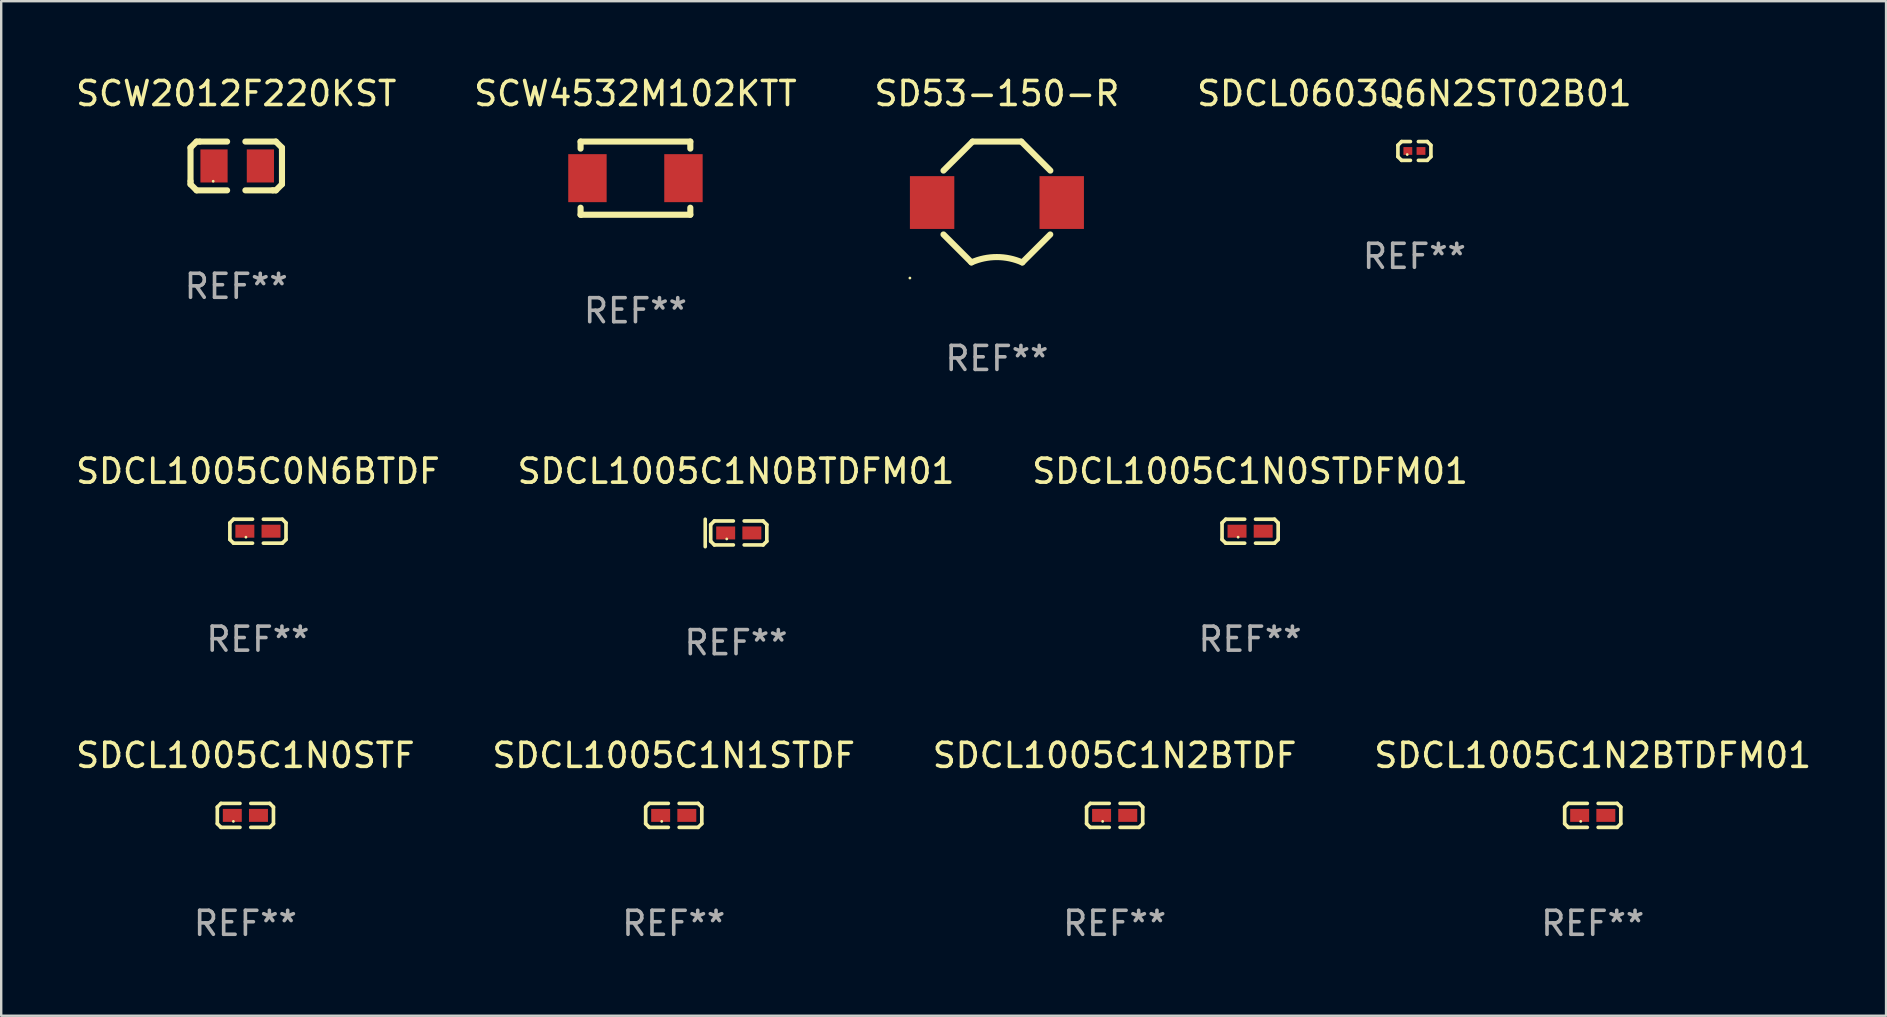
<source format=kicad_pcb>
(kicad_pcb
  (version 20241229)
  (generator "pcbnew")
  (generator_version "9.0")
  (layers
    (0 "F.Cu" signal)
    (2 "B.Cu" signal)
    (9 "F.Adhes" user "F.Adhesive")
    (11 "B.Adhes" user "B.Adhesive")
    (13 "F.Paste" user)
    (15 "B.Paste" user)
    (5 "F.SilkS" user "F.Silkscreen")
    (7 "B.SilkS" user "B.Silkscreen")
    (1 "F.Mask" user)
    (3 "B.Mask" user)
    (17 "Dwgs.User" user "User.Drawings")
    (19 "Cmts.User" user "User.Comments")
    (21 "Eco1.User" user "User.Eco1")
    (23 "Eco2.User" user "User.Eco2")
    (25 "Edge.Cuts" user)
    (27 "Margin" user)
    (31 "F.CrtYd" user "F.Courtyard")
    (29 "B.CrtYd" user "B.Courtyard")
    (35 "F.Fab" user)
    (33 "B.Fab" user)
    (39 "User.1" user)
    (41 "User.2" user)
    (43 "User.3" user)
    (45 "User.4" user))
  (footprint "SDCL1005C1N0STF"
    (layer "F.Cu")
    (at 7.173 30.919)
    (property "Reference" "SDCL1005C1N0STF" (at 0 -2.499 0) (layer "F.SilkS") (effects (font (size 1 1) (thickness 0.15))))
    (attr through_hole)
    (fp_line (start -1.169 -0.346) (end -1.016 -0.499) (stroke (width 0.152) (type solid)) (layer "F.SilkS"))
    (fp_line (start -1.169 0.346) (end -1.169 -0.346) (stroke (width 0.152) (type solid)) (layer "F.SilkS"))
    (fp_line (start -1.016 -0.499) (end -0.226 -0.499) (stroke (width 0.152) (type solid)) (layer "F.SilkS"))
    (fp_line (start -1.016 0.499) (end -1.169 0.346) (stroke (width 0.152) (type solid)) (layer "F.SilkS"))
    (fp_line (start -0.226 0.499) (end -1.016 0.499) (stroke (width 0.152) (type solid)) (layer "F.SilkS"))
    (fp_line (start 0.226 0.499) (end 1.016 0.499) (stroke (width 0.152) (type solid)) (layer "F.SilkS"))
    (fp_line (start 1.016 -0.499) (end 0.226 -0.499) (stroke (width 0.152) (type solid)) (layer "F.SilkS"))
    (fp_line (start 1.016 0.499) (end 1.169 0.346) (stroke (width 0.152) (type solid)) (layer "F.SilkS"))
    (fp_line (start 1.169 -0.346) (end 1.016 -0.499) (stroke (width 0.152) (type solid)) (layer "F.SilkS"))
    (fp_line (start 1.169 0.346) (end 1.169 -0.346) (stroke (width 0.152) (type solid)) (layer "F.SilkS"))
    (fp_circle (center -0.5 0.25) (end -0.47 0.25) (stroke (width 0.06) (type solid)) (fill no) (layer "F.SilkS"))
    (fp_text user "REF**" (at 0 4.499 0) (layer "F.Fab") (effects (font (size 1 1) (thickness 0.15))))
    (pad "1" smd rect (at -0.545 0) (size 0.79 0.54) (layers "F.Cu" "F.Mask" "F.Paste"))
    (pad "2" smd rect (at 0.545 0) (size 0.79 0.54) (layers "F.Cu" "F.Mask" "F.Paste")))
  (footprint "SDCL1005C1N2BTDFM01"
    (layer "F.Cu")
    (at 63.304 30.919)
    (property "Reference" "SDCL1005C1N2BTDFM01" (at 0 -2.499 0) (layer "F.SilkS") (effects (font (size 1 1) (thickness 0.15))))
    (attr through_hole)
    (fp_line (start -1.169 -0.346) (end -1.016 -0.499) (stroke (width 0.152) (type solid)) (layer "F.SilkS"))
    (fp_line (start -1.169 0.346) (end -1.169 -0.346) (stroke (width 0.152) (type solid)) (layer "F.SilkS"))
    (fp_line (start -1.016 -0.499) (end -0.226 -0.499) (stroke (width 0.152) (type solid)) (layer "F.SilkS"))
    (fp_line (start -1.016 0.499) (end -1.169 0.346) (stroke (width 0.152) (type solid)) (layer "F.SilkS"))
    (fp_line (start -0.226 0.499) (end -1.016 0.499) (stroke (width 0.152) (type solid)) (layer "F.SilkS"))
    (fp_line (start 0.226 0.499) (end 1.016 0.499) (stroke (width 0.152) (type solid)) (layer "F.SilkS"))
    (fp_line (start 1.016 -0.499) (end 0.226 -0.499) (stroke (width 0.152) (type solid)) (layer "F.SilkS"))
    (fp_line (start 1.016 0.499) (end 1.169 0.346) (stroke (width 0.152) (type solid)) (layer "F.SilkS"))
    (fp_line (start 1.169 -0.346) (end 1.016 -0.499) (stroke (width 0.152) (type solid)) (layer "F.SilkS"))
    (fp_line (start 1.169 0.346) (end 1.169 -0.346) (stroke (width 0.152) (type solid)) (layer "F.SilkS"))
    (fp_circle (center -0.5 0.25) (end -0.47 0.25) (stroke (width 0.06) (type solid)) (fill no) (layer "F.SilkS"))
    (fp_text user "REF**" (at 0 4.499 0) (layer "F.Fab") (effects (font (size 1 1) (thickness 0.15))))
    (pad "1" smd rect (at -0.545 0) (size 0.79 0.54) (layers "F.Cu" "F.Mask" "F.Paste"))
    (pad "2" smd rect (at 0.545 0) (size 0.79 0.54) (layers "F.Cu" "F.Mask" "F.Paste")))
  (footprint "SDCL0603Q6N2ST02B01"
    (layer "F.Cu")
    (at 55.875 3.239)
    (property "Reference" "SDCL0603Q6N2ST02B01" (at 0 -2.391 0) (layer "F.SilkS") (effects (font (size 1 1) (thickness 0.15))))
    (attr through_hole)
    (fp_line (start -0.687 -0.238) (end -0.535 -0.391) (stroke (width 0.152) (type solid)) (layer "F.SilkS"))
    (fp_line (start -0.687 0.238) (end -0.687 -0.238) (stroke (width 0.152) (type solid)) (layer "F.SilkS"))
    (fp_line (start -0.535 -0.391) (end -0.166 -0.391) (stroke (width 0.152) (type solid)) (layer "F.SilkS"))
    (fp_line (start -0.535 0.391) (end -0.687 0.238) (stroke (width 0.152) (type solid)) (layer "F.SilkS"))
    (fp_line (start -0.166 0.391) (end -0.535 0.391) (stroke (width 0.152) (type solid)) (layer "F.SilkS"))
    (fp_line (start 0.166 0.391) (end 0.535 0.391) (stroke (width 0.152) (type solid)) (layer "F.SilkS"))
    (fp_line (start 0.535 -0.391) (end 0.166 -0.391) (stroke (width 0.152) (type solid)) (layer "F.SilkS"))
    (fp_line (start 0.535 0.391) (end 0.687 0.238) (stroke (width 0.152) (type solid)) (layer "F.SilkS"))
    (fp_line (start 0.687 -0.238) (end 0.535 -0.391) (stroke (width 0.152) (type solid)) (layer "F.SilkS"))
    (fp_line (start 0.687 0.238) (end 0.687 -0.238) (stroke (width 0.152) (type solid)) (layer "F.SilkS"))
    (fp_circle (center -0.3 0.15) (end -0.27 0.15) (stroke (width 0.06) (type solid)) (fill no) (layer "F.SilkS"))
    (fp_text user "REF**" (at 0 4.391 0) (layer "F.Fab") (effects (font (size 1 1) (thickness 0.15))))
    (pad "1" smd rect (at -0.274 0) (size 0.368 0.324) (layers "F.Cu" "F.Mask" "F.Paste"))
    (pad "2" smd rect (at 0.274 0) (size 0.368 0.324) (layers "F.Cu" "F.Mask" "F.Paste")))
  (footprint "SCW2012F220KST"
    (layer "F.Cu")
    (at 6.792 3.864)
    (property "Reference" "SCW2012F220KST" (at 0 -3.016 0) (layer "F.SilkS") (effects (font (size 1 1) (thickness 0.15))))
    (attr through_hole)
    (fp_line (start -1.905 -0.762) (end -1.905 0.635) (stroke (width 0.254) (type solid)) (layer "F.SilkS"))
    (fp_line (start -1.905 0.635) (end -1.905 0.762) (stroke (width 0.254) (type solid)) (layer "F.SilkS"))
    (fp_line (start -1.905 0.762) (end -1.651 1.016) (stroke (width 0.254) (type solid)) (layer "F.SilkS"))
    (fp_line (start -1.651 -1.016) (end -1.905 -0.762) (stroke (width 0.254) (type solid)) (layer "F.SilkS"))
    (fp_line (start -1.651 1.016) (end -0.381 1.016) (stroke (width 0.254) (type solid)) (layer "F.SilkS"))
    (fp_line (start -1.524 -1.016) (end -1.651 -1.016) (stroke (width 0.254) (type solid)) (layer "F.SilkS"))
    (fp_line (start -0.381 -1.016) (end -1.524 -1.016) (stroke (width 0.254) (type solid)) (layer "F.SilkS"))
    (fp_line (start 0.381 1.016) (end 1.524 1.016) (stroke (width 0.254) (type solid)) (layer "F.SilkS"))
    (fp_line (start 1.524 1.016) (end 1.651 1.016) (stroke (width 0.254) (type solid)) (layer "F.SilkS"))
    (fp_line (start 1.651 -1.016) (end 0.381 -1.016) (stroke (width 0.254) (type solid)) (layer "F.SilkS"))
    (fp_line (start 1.651 1.016) (end 1.905 0.762) (stroke (width 0.254) (type solid)) (layer "F.SilkS"))
    (fp_line (start 1.905 -0.762) (end 1.651 -1.016) (stroke (width 0.254) (type solid)) (layer "F.SilkS"))
    (fp_line (start 1.905 -0.635) (end 1.905 -0.762) (stroke (width 0.254) (type solid)) (layer "F.SilkS"))
    (fp_line (start 1.905 0.762) (end 1.905 -0.635) (stroke (width 0.254) (type solid)) (layer "F.SilkS"))
    (fp_circle (center -0.96 0.637) (end -0.93 0.637) (stroke (width 0.06) (type solid)) (fill no) (layer "F.SilkS"))
    (fp_text user "REF**" (at 0 5.016 0) (layer "F.Fab") (effects (font (size 1 1) (thickness 0.15))))
    (pad "1" smd rect (at -0.926 -0.000051) (size 1.133 1.377) (layers "F.Cu" "F.Mask" "F.Paste"))
    (pad "2" smd rect (at 1.006 -0.000051) (size 1.133 1.377) (layers "F.Cu" "F.Mask" "F.Paste")))
  (footprint "SD53-150-R"
    (layer "F.Cu")
    (at 38.482 5.366)
    (property "Reference" "SD53-150-R" (at 0 -4.518 0) (layer "F.SilkS") (effects (font (size 1 1) (thickness 0.15))))
    (attr through_hole)
    (fp_line (start -2.226 -1.309) (end -1.016 -2.518) (stroke (width 0.254) (type solid)) (layer "F.SilkS"))
    (fp_line (start -1.062 2.516) (end -2.226 1.352) (stroke (width 0.254) (type solid)) (layer "F.SilkS"))
    (fp_line (start -1.016 -2.518) (end 1.016 -2.518) (stroke (width 0.254) (type solid)) (layer "F.SilkS"))
    (fp_line (start 1.016 -2.518) (end 2.226 -1.309) (stroke (width 0.254) (type solid)) (layer "F.SilkS"))
    (fp_line (start 1.056 2.518) (end 2.222 1.352) (stroke (width 0.254) (type solid)) (layer "F.SilkS"))
    (fp_arc (start -1.061976 2.515824) (mid -0.002568 2.293453) (end 1.056337 2.518211) (stroke (width 0.254001) (type solid)) (layer "F.SilkS"))
    (fp_circle (center -3.625 3.167) (end -3.595 3.167) (stroke (width 0.06) (type solid)) (fill no) (layer "F.SilkS"))
    (fp_text user "REF**" (at 0 6.518 0) (layer "F.Fab") (effects (font (size 1 1) (thickness 0.15))))
    (pad "1" smd rect (at -2.7 0.022) (size 1.85 2.2) (layers "F.Cu" "F.Mask" "F.Paste"))
    (pad "2" smd rect (at 2.7 0.022) (size 1.85 2.2) (layers "F.Cu" "F.Mask" "F.Paste")))
  (footprint "SCW4532M102KTT"
    (layer "F.Cu")
    (at 23.423 4.372)
    (property "Reference" "SCW4532M102KTT" (at 0 -3.524 0) (layer "F.SilkS") (effects (font (size 1 1) (thickness 0.15))))
    (attr through_hole)
    (fp_line (start -2.286 -1.524) (end 2.286 -1.524) (stroke (width 0.254) (type solid)) (layer "F.SilkS"))
    (fp_line (start -2.286 -1.231) (end -2.286 -1.524) (stroke (width 0.254) (type solid)) (layer "F.SilkS"))
    (fp_line (start -2.286 1.524) (end -2.286 1.231) (stroke (width 0.254) (type solid)) (layer "F.SilkS"))
    (fp_line (start 2.286 -1.524) (end 2.286 -1.231) (stroke (width 0.254) (type solid)) (layer "F.SilkS"))
    (fp_line (start 2.286 1.231) (end 2.286 1.524) (stroke (width 0.254) (type solid)) (layer "F.SilkS"))
    (fp_line (start 2.286 1.524) (end -2.286 1.524) (stroke (width 0.254) (type solid)) (layer "F.SilkS"))
    (fp_circle (center -2.25 1.6) (end -2.22 1.6) (stroke (width 0.06) (type solid)) (fill no) (layer "F.SilkS"))
    (fp_text user "REF**" (at 0 5.524 0) (layer "F.Fab") (effects (font (size 1 1) (thickness 0.15))))
    (pad "1" smd rect (at -2 0) (size 1.6 2) (layers "F.Cu" "F.Mask" "F.Paste"))
    (pad "2" smd rect (at 2 0) (size 1.6 2) (layers "F.Cu" "F.Mask" "F.Paste")))
  (footprint "SDCL1005C1N1STDF"
    (layer "F.Cu")
    (at 25.018 30.919)
    (property "Reference" "SDCL1005C1N1STDF" (at 0 -2.499 0) (layer "F.SilkS") (effects (font (size 1 1) (thickness 0.15))))
    (attr through_hole)
    (fp_line (start -1.169 -0.346) (end -1.016 -0.499) (stroke (width 0.152) (type solid)) (layer "F.SilkS"))
    (fp_line (start -1.169 0.346) (end -1.169 -0.346) (stroke (width 0.152) (type solid)) (layer "F.SilkS"))
    (fp_line (start -1.016 -0.499) (end -0.226 -0.499) (stroke (width 0.152) (type solid)) (layer "F.SilkS"))
    (fp_line (start -1.016 0.499) (end -1.169 0.346) (stroke (width 0.152) (type solid)) (layer "F.SilkS"))
    (fp_line (start -0.226 0.499) (end -1.016 0.499) (stroke (width 0.152) (type solid)) (layer "F.SilkS"))
    (fp_line (start 0.226 0.499) (end 1.016 0.499) (stroke (width 0.152) (type solid)) (layer "F.SilkS"))
    (fp_line (start 1.016 -0.499) (end 0.226 -0.499) (stroke (width 0.152) (type solid)) (layer "F.SilkS"))
    (fp_line (start 1.016 0.499) (end 1.169 0.346) (stroke (width 0.152) (type solid)) (layer "F.SilkS"))
    (fp_line (start 1.169 -0.346) (end 1.016 -0.499) (stroke (width 0.152) (type solid)) (layer "F.SilkS"))
    (fp_line (start 1.169 0.346) (end 1.169 -0.346) (stroke (width 0.152) (type solid)) (layer "F.SilkS"))
    (fp_circle (center -0.5 0.25) (end -0.47 0.25) (stroke (width 0.06) (type solid)) (fill no) (layer "F.SilkS"))
    (fp_text user "REF**" (at 0 4.499 0) (layer "F.Fab") (effects (font (size 1 1) (thickness 0.15))))
    (pad "1" smd rect (at -0.545 0) (size 0.79 0.54) (layers "F.Cu" "F.Mask" "F.Paste"))
    (pad "2" smd rect (at 0.545 0) (size 0.79 0.54) (layers "F.Cu" "F.Mask" "F.Paste")))
  (footprint "SDCL1005C1N2BTDF"
    (layer "F.Cu")
    (at 43.387 30.919)
    (property "Reference" "SDCL1005C1N2BTDF" (at 0 -2.499 0) (layer "F.SilkS") (effects (font (size 1 1) (thickness 0.15))))
    (attr through_hole)
    (fp_line (start -1.169 -0.346) (end -1.016 -0.499) (stroke (width 0.152) (type solid)) (layer "F.SilkS"))
    (fp_line (start -1.169 0.346) (end -1.169 -0.346) (stroke (width 0.152) (type solid)) (layer "F.SilkS"))
    (fp_line (start -1.016 -0.499) (end -0.226 -0.499) (stroke (width 0.152) (type solid)) (layer "F.SilkS"))
    (fp_line (start -1.016 0.499) (end -1.169 0.346) (stroke (width 0.152) (type solid)) (layer "F.SilkS"))
    (fp_line (start -0.226 0.499) (end -1.016 0.499) (stroke (width 0.152) (type solid)) (layer "F.SilkS"))
    (fp_line (start 0.226 0.499) (end 1.016 0.499) (stroke (width 0.152) (type solid)) (layer "F.SilkS"))
    (fp_line (start 1.016 -0.499) (end 0.226 -0.499) (stroke (width 0.152) (type solid)) (layer "F.SilkS"))
    (fp_line (start 1.016 0.499) (end 1.169 0.346) (stroke (width 0.152) (type solid)) (layer "F.SilkS"))
    (fp_line (start 1.169 -0.346) (end 1.016 -0.499) (stroke (width 0.152) (type solid)) (layer "F.SilkS"))
    (fp_line (start 1.169 0.346) (end 1.169 -0.346) (stroke (width 0.152) (type solid)) (layer "F.SilkS"))
    (fp_circle (center -0.5 0.25) (end -0.47 0.25) (stroke (width 0.06) (type solid)) (fill no) (layer "F.SilkS"))
    (fp_text user "REF**" (at 0 4.499 0) (layer "F.Fab") (effects (font (size 1 1) (thickness 0.15))))
    (pad "1" smd rect (at -0.545 0) (size 0.79 0.54) (layers "F.Cu" "F.Mask" "F.Paste"))
    (pad "2" smd rect (at 0.545 0) (size 0.79 0.54) (layers "F.Cu" "F.Mask" "F.Paste")))
  (footprint "SDCL1005C0N6BTDF"
    (layer "F.Cu")
    (at 7.696 19.08)
    (property "Reference" "SDCL1005C0N6BTDF" (at 0 -2.499 0) (layer "F.SilkS") (effects (font (size 1 1) (thickness 0.15))))
    (attr through_hole)
    (fp_line (start -1.169 -0.346) (end -1.016 -0.499) (stroke (width 0.152) (type solid)) (layer "F.SilkS"))
    (fp_line (start -1.169 0.346) (end -1.169 -0.346) (stroke (width 0.152) (type solid)) (layer "F.SilkS"))
    (fp_line (start -1.016 -0.499) (end -0.226 -0.499) (stroke (width 0.152) (type solid)) (layer "F.SilkS"))
    (fp_line (start -1.016 0.499) (end -1.169 0.346) (stroke (width 0.152) (type solid)) (layer "F.SilkS"))
    (fp_line (start -0.226 0.499) (end -1.016 0.499) (stroke (width 0.152) (type solid)) (layer "F.SilkS"))
    (fp_line (start 0.226 0.499) (end 1.016 0.499) (stroke (width 0.152) (type solid)) (layer "F.SilkS"))
    (fp_line (start 1.016 -0.499) (end 0.226 -0.499) (stroke (width 0.152) (type solid)) (layer "F.SilkS"))
    (fp_line (start 1.016 0.499) (end 1.169 0.346) (stroke (width 0.152) (type solid)) (layer "F.SilkS"))
    (fp_line (start 1.169 -0.346) (end 1.016 -0.499) (stroke (width 0.152) (type solid)) (layer "F.SilkS"))
    (fp_line (start 1.169 0.346) (end 1.169 -0.346) (stroke (width 0.152) (type solid)) (layer "F.SilkS"))
    (fp_circle (center -0.5 0.25) (end -0.47 0.25) (stroke (width 0.06) (type solid)) (fill no) (layer "F.SilkS"))
    (fp_text user "REF**" (at 0 4.499 0) (layer "F.Fab") (effects (font (size 1 1) (thickness 0.15))))
    (pad "1" smd rect (at -0.545 0) (size 0.79 0.54) (layers "F.Cu" "F.Mask" "F.Paste"))
    (pad "2" smd rect (at 0.545 0) (size 0.79 0.54) (layers "F.Cu" "F.Mask" "F.Paste")))
  (footprint "SDCL1005C1N0BTDFM01"
    (layer "F.Cu")
    (at 27.613 19.153)
    (property "Reference" "SDCL1005C1N0BTDFM01" (at 0 -2.572 0) (layer "F.SilkS") (effects (font (size 1 1) (thickness 0.15))))
    (attr through_hole)
    (fp_line (start -1.283 -0.572) (end -1.283 0.572) (stroke (width 0.15) (type solid)) (layer "F.SilkS"))
    (fp_line (start -1.055 -0.346) (end -0.902 -0.499) (stroke (width 0.152) (type solid)) (layer "F.SilkS"))
    (fp_line (start -1.055 0.346) (end -1.055 -0.346) (stroke (width 0.152) (type solid)) (layer "F.SilkS"))
    (fp_line (start -0.902 -0.499) (end -0.112 -0.499) (stroke (width 0.152) (type solid)) (layer "F.SilkS"))
    (fp_line (start -0.902 0.499) (end -1.055 0.346) (stroke (width 0.152) (type solid)) (layer "F.SilkS"))
    (fp_line (start -0.112 0.499) (end -0.902 0.499) (stroke (width 0.152) (type solid)) (layer "F.SilkS"))
    (fp_line (start 0.34 0.499) (end 1.13 0.499) (stroke (width 0.152) (type solid)) (layer "F.SilkS"))
    (fp_line (start 1.13 -0.499) (end 0.34 -0.499) (stroke (width 0.152) (type solid)) (layer "F.SilkS"))
    (fp_line (start 1.13 0.499) (end 1.283 0.346) (stroke (width 0.152) (type solid)) (layer "F.SilkS"))
    (fp_line (start 1.283 -0.346) (end 1.13 -0.499) (stroke (width 0.152) (type solid)) (layer "F.SilkS"))
    (fp_line (start 1.283 0.346) (end 1.283 -0.346) (stroke (width 0.152) (type solid)) (layer "F.SilkS"))
    (fp_circle (center -0.386 0.25) (end -0.356 0.25) (stroke (width 0.06) (type solid)) (fill no) (layer "F.SilkS"))
    (fp_text user "REF**" (at 0 4.572 0) (layer "F.Fab") (effects (font (size 1 1) (thickness 0.15))))
    (pad "1" smd rect (at -0.431 0) (size 0.79 0.54) (layers "F.Cu" "F.Mask" "F.Paste"))
    (pad "2" smd rect (at 0.659 0) (size 0.79 0.54) (layers "F.Cu" "F.Mask" "F.Paste")))
  (footprint "SDCL1005C1N0STDFM01"
    (layer "F.Cu")
    (at 49.03 19.08)
    (property "Reference" "SDCL1005C1N0STDFM01" (at 0 -2.499 0) (layer "F.SilkS") (effects (font (size 1 1) (thickness 0.15))))
    (attr through_hole)
    (fp_line (start -1.169 -0.346) (end -1.016 -0.499) (stroke (width 0.152) (type solid)) (layer "F.SilkS"))
    (fp_line (start -1.169 0.346) (end -1.169 -0.346) (stroke (width 0.152) (type solid)) (layer "F.SilkS"))
    (fp_line (start -1.016 -0.499) (end -0.226 -0.499) (stroke (width 0.152) (type solid)) (layer "F.SilkS"))
    (fp_line (start -1.016 0.499) (end -1.169 0.346) (stroke (width 0.152) (type solid)) (layer "F.SilkS"))
    (fp_line (start -0.226 0.499) (end -1.016 0.499) (stroke (width 0.152) (type solid)) (layer "F.SilkS"))
    (fp_line (start 0.226 0.499) (end 1.016 0.499) (stroke (width 0.152) (type solid)) (layer "F.SilkS"))
    (fp_line (start 1.016 -0.499) (end 0.226 -0.499) (stroke (width 0.152) (type solid)) (layer "F.SilkS"))
    (fp_line (start 1.016 0.499) (end 1.169 0.346) (stroke (width 0.152) (type solid)) (layer "F.SilkS"))
    (fp_line (start 1.169 -0.346) (end 1.016 -0.499) (stroke (width 0.152) (type solid)) (layer "F.SilkS"))
    (fp_line (start 1.169 0.346) (end 1.169 -0.346) (stroke (width 0.152) (type solid)) (layer "F.SilkS"))
    (fp_circle (center -0.5 0.25) (end -0.47 0.25) (stroke (width 0.06) (type solid)) (fill no) (layer "F.SilkS"))
    (fp_text user "REF**" (at 0 4.499 0) (layer "F.Fab") (effects (font (size 1 1) (thickness 0.15))))
    (pad "1" smd rect (at -0.545 0) (size 0.79 0.54) (layers "F.Cu" "F.Mask" "F.Paste"))
    (pad "2" smd rect (at 0.545 0) (size 0.79 0.54) (layers "F.Cu" "F.Mask" "F.Paste")))
  (gr_rect
    (start -3 -3)
    (end 75.524 39.266)
    (stroke (width 0.1) (type default))
    (fill no)
    (layer "Edge.Cuts")))
</source>
